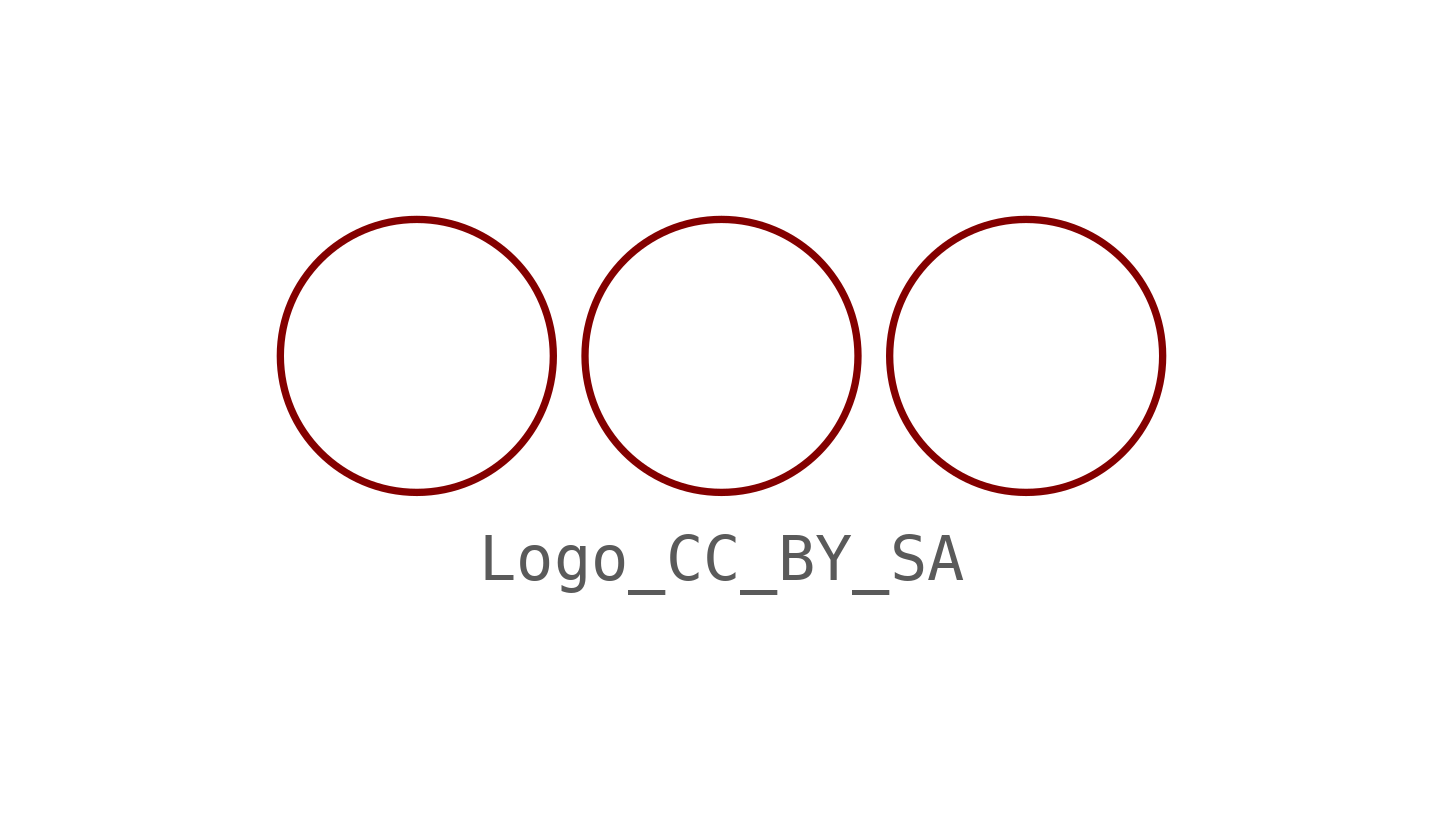
<source format=kicad_sym>
(kicad_symbol_lib
  (version 20211014)
  (generator kicad_symbol_editor)
  (symbol "Logo_CC_BY_SA"
    (pin_names
      (offset 1.016))
    (property "Reference" "#LOGO"
      (at 0 5.08 0)
      (effects (font (size 1.27 1.27)) hide))
    (symbol "Logo_CC_BY_SA_0_1"
      (circle (center -6.35 0) (radius 2.845) (stroke (width 0) (type default) (color 0 0 0 0)) (fill (type none)))
      (circle (center 0 0) (radius 2.845) (stroke (width 0) (type default) (color 0 0 0 0)) (fill (type none)))
      (circle (center 6.35 0) (radius 2.845) (stroke (width 0) (type default) (color 0 0 0 0)) (fill (type none))))))
</source>
